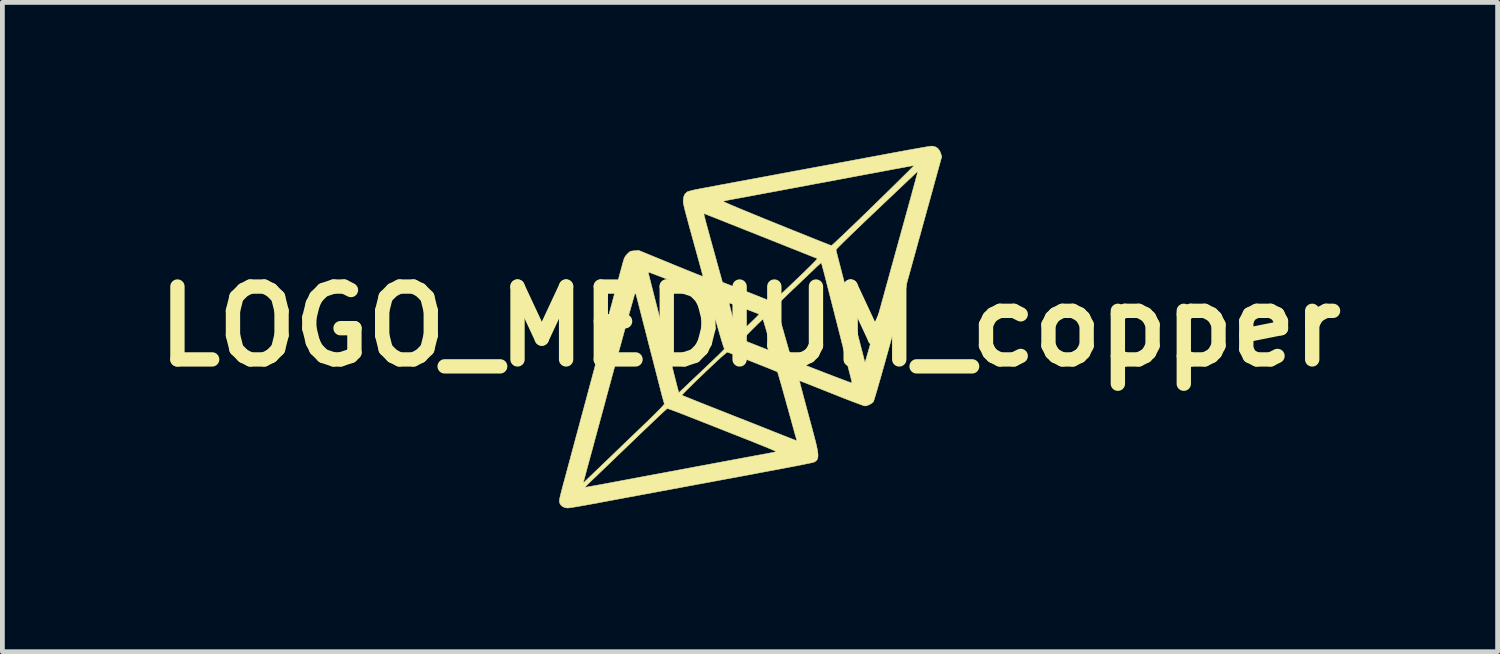
<source format=kicad_pcb>
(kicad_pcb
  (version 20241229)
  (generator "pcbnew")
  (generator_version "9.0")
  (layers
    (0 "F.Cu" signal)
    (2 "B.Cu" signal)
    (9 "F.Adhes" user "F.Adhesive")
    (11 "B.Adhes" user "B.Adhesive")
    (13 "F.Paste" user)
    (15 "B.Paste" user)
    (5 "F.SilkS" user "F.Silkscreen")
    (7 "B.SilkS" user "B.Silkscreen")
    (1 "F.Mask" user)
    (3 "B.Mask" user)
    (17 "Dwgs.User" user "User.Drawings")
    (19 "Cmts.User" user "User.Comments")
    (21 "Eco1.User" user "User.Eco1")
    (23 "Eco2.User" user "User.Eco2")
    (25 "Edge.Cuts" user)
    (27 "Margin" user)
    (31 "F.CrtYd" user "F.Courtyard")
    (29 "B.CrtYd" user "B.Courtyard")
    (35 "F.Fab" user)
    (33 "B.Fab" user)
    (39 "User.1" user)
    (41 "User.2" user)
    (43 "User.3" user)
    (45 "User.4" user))
  (footprint "LOGO_MEDIUM_copper"
    (layer "F.Cu")
    (at 12.635 3.777)
    (property "Reference" "LOGO_MEDIUM_copper" (at 0 0 0) (layer "F.SilkS") (effects (font (size 1.524 1.524) (thickness 0.3))))
    (attr through_hole)
    (fp_poly (pts (xy 3.868 -3.76) (xy 3.924 -3.727) (xy 3.967 -3.673) (xy 3.991 -3.613) (xy 4.009 -3.55) (xy 3.86 -3.01) (xy 3.831 -2.904) (xy 3.796 -2.776) (xy 3.756 -2.632) (xy 3.712 -2.474) (xy 3.666 -2.307) (xy 3.618 -2.134) (xy 3.57 -1.958) (xy 3.521 -1.784) (xy 3.475 -1.614) (xy 3.457 -1.549) (xy 3.411 -1.384) (xy 3.36 -1.198) (xy 3.304 -0.997) (xy 3.245 -0.784) (xy 3.185 -0.564) (xy 3.123 -0.342) (xy 3.062 -0.122) (xy 3.003 0.092) (xy 2.947 0.295) (xy 2.903 0.457) (xy 2.858 0.619) (xy 2.815 0.774) (xy 2.773 0.921) (xy 2.735 1.057) (xy 2.699 1.181) (xy 2.667 1.292) (xy 2.639 1.387) (xy 2.616 1.465) (xy 2.598 1.523) (xy 2.586 1.56) (xy 2.58 1.574) (xy 2.547 1.605) (xy 2.499 1.634) (xy 2.448 1.655) (xy 2.406 1.663) (xy 2.388 1.659) (xy 2.348 1.646) (xy 2.289 1.624) (xy 2.213 1.596) (xy 2.123 1.562) (xy 2.02 1.523) (xy 1.908 1.479) (xy 1.788 1.431) (xy 1.702 1.397) (xy 1.579 1.348) (xy 1.464 1.302) (xy 1.357 1.26) (xy 1.263 1.222) (xy 1.181 1.19) (xy 1.116 1.165) (xy 1.068 1.147) (xy 1.04 1.136) (xy 1.033 1.134) (xy 1.036 1.147) (xy 1.044 1.181) (xy 1.057 1.234) (xy 1.075 1.303) (xy 1.097 1.384) (xy 1.121 1.476) (xy 1.138 1.537) (xy 1.169 1.655) (xy 1.204 1.784) (xy 1.24 1.917) (xy 1.275 2.047) (xy 1.307 2.167) (xy 1.334 2.268) (xy 1.367 2.394) (xy 1.392 2.499) (xy 1.41 2.585) (xy 1.42 2.653) (xy 1.422 2.707) (xy 1.417 2.749) (xy 1.405 2.782) (xy 1.385 2.807) (xy 1.358 2.827) (xy 1.346 2.834) (xy 1.34 2.836) (xy 1.331 2.839) (xy 1.316 2.843) (xy 1.297 2.848) (xy 1.271 2.854) (xy 1.238 2.861) (xy 1.198 2.869) (xy 1.15 2.879) (xy 1.093 2.891) (xy 1.025 2.904) (xy 0.948 2.919) (xy 0.859 2.936) (xy 0.758 2.955) (xy 0.645 2.977) (xy 0.518 3.001) (xy 0.377 3.027) (xy 0.221 3.056) (xy 0.05 3.089) (xy -0.138 3.124) (xy -0.342 3.162) (xy -0.565 3.203) (xy -0.806 3.248) (xy -1.066 3.296) (xy -1.346 3.348) (xy -1.647 3.404) (xy -1.969 3.464) (xy -2.314 3.528) (xy -2.681 3.596) (xy -3.072 3.669) (xy -3.429 3.735) (xy -3.521 3.751) (xy -3.607 3.766) (xy -3.684 3.779) (xy -3.747 3.789) (xy -3.793 3.795) (xy -3.816 3.797) (xy -3.863 3.79) (xy -3.91 3.772) (xy -3.914 3.77) (xy -3.96 3.731) (xy -3.984 3.683) (xy -3.988 3.646) (xy -3.985 3.623) (xy -3.976 3.579) (xy -3.962 3.521) (xy -3.945 3.451) (xy -3.925 3.377) (xy -3.922 3.365) (xy -3.449 3.365) (xy -3.434 3.363) (xy -3.397 3.356) (xy -3.34 3.346) (xy -3.265 3.332) (xy -3.175 3.316) (xy -3.071 3.297) (xy -2.957 3.276) (xy -2.834 3.253) (xy -2.788 3.244) (xy -2.583 3.206) (xy -2.372 3.166) (xy -2.158 3.126) (xy -1.942 3.086) (xy -1.726 3.046) (xy -1.511 3.006) (xy -1.3 2.966) (xy -1.093 2.927) (xy -0.892 2.89) (xy -0.7 2.854) (xy -0.517 2.82) (xy -0.345 2.788) (xy -0.185 2.758) (xy -0.041 2.731) (xy 0.088 2.707) (xy 0.199 2.687) (xy 0.291 2.67) (xy 0.362 2.657) (xy 0.41 2.648) (xy 0.425 2.645) (xy 0.477 2.635) (xy 0.519 2.626) (xy 0.544 2.619) (xy 0.549 2.616) (xy 0.54 2.611) (xy 0.508 2.596) (xy 0.457 2.574) (xy 0.387 2.545) (xy 0.302 2.51) (xy 0.202 2.47) (xy 0.091 2.425) (xy -0.031 2.376) (xy -0.161 2.325) (xy -0.225 2.299) (xy -0.372 2.242) (xy -0.521 2.183) (xy -0.67 2.124) (xy -0.814 2.067) (xy -0.952 2.013) (xy -1.078 1.963) (xy -1.192 1.919) (xy -1.287 1.881) (xy -1.362 1.851) (xy -1.451 1.817) (xy -1.534 1.785) (xy -1.606 1.758) (xy -1.664 1.737) (xy -1.707 1.723) (xy -1.73 1.717) (xy -1.732 1.717) (xy -1.744 1.726) (xy -1.773 1.752) (xy -1.817 1.792) (xy -1.875 1.846) (xy -1.946 1.913) (xy -2.028 1.991) (xy -2.12 2.079) (xy -2.221 2.175) (xy -2.329 2.278) (xy -2.442 2.387) (xy -2.503 2.445) (xy -2.621 2.559) (xy -2.737 2.67) (xy -2.847 2.776) (xy -2.951 2.876) (xy -3.047 2.968) (xy -3.134 3.051) (xy -3.209 3.124) (xy -3.271 3.183) (xy -3.319 3.229) (xy -3.351 3.259) (xy -3.358 3.266) (xy -3.398 3.305) (xy -3.428 3.337) (xy -3.446 3.358) (xy -3.449 3.365) (xy -3.922 3.365) (xy -3.912 3.326) (xy -3.899 3.277) (xy -3.49 3.277) (xy -3.348 3.14) (xy -3.315 3.109) (xy -3.267 3.062) (xy -3.203 3.001) (xy -3.126 2.928) (xy -3.039 2.844) (xy -2.941 2.75) (xy -2.837 2.65) (xy -2.726 2.543) (xy -2.612 2.433) (xy -2.495 2.321) (xy -2.493 2.319) (xy -2.357 2.189) (xy -2.239 2.075) (xy -2.137 1.977) (xy -2.051 1.893) (xy -1.979 1.822) (xy -1.921 1.763) (xy -1.874 1.716) (xy -1.839 1.679) (xy -1.815 1.652) (xy -1.799 1.632) (xy -1.792 1.62) (xy -1.791 1.614) (xy -1.798 1.597) (xy -1.809 1.558) (xy -1.825 1.502) (xy -1.842 1.437) (xy -1.425 1.437) (xy -1.412 1.443) (xy -1.377 1.458) (xy -1.323 1.48) (xy -1.25 1.509) (xy -1.162 1.545) (xy -1.059 1.586) (xy -0.944 1.632) (xy -0.818 1.682) (xy -0.685 1.734) (xy -0.572 1.779) (xy -0.421 1.839) (xy -0.269 1.899) (xy -0.117 1.958) (xy 0.029 2.016) (xy 0.169 2.071) (xy 0.298 2.123) (xy 0.413 2.168) (xy 0.512 2.208) (xy 0.592 2.239) (xy 0.616 2.249) (xy 0.704 2.284) (xy 0.784 2.315) (xy 0.854 2.343) (xy 0.909 2.364) (xy 0.949 2.379) (xy 0.968 2.386) (xy 0.969 2.387) (xy 0.975 2.378) (xy 0.973 2.365) (xy 0.968 2.349) (xy 0.958 2.311) (xy 0.941 2.253) (xy 0.92 2.177) (xy 0.895 2.086) (xy 0.866 1.981) (xy 0.834 1.866) (xy 0.8 1.742) (xy 0.774 1.651) (xy 0.739 1.523) (xy 0.705 1.402) (xy 0.674 1.291) (xy 0.646 1.192) (xy 0.621 1.107) (xy 0.601 1.038) (xy 0.586 0.987) (xy 0.577 0.958) (xy 0.574 0.95) (xy 0.561 0.944) (xy 0.527 0.93) (xy 0.476 0.909) (xy 0.41 0.882) (xy 0.331 0.851) (xy 0.244 0.816) (xy 0.151 0.779) (xy 0.055 0.741) (xy -0.042 0.703) (xy -0.135 0.667) (xy -0.223 0.632) (xy -0.302 0.601) (xy -0.37 0.575) (xy -0.423 0.555) (xy -0.458 0.542) (xy -0.472 0.537) (xy -0.485 0.542) (xy -0.511 0.562) (xy -0.552 0.597) (xy -0.609 0.647) (xy -0.681 0.712) (xy -0.769 0.795) (xy -0.874 0.894) (xy -0.964 0.98) (xy -1.055 1.067) (xy -1.14 1.148) (xy -1.216 1.223) (xy -1.284 1.29) (xy -1.34 1.346) (xy -1.383 1.39) (xy -1.412 1.421) (xy -1.425 1.436) (xy -1.425 1.437) (xy -1.842 1.437) (xy -1.844 1.432) (xy -1.865 1.351) (xy -1.886 1.27) (xy -1.906 1.191) (xy -1.932 1.091) (xy -1.961 0.975) (xy -1.994 0.847) (xy -2.029 0.71) (xy -2.066 0.569) (xy -2.102 0.429) (xy -2.134 0.305) (xy -2.167 0.174) (xy -2.2 0.045) (xy -2.232 -0.079) (xy -2.262 -0.196) (xy -2.289 -0.301) (xy -2.312 -0.391) (xy -2.331 -0.464) (xy -2.344 -0.516) (xy -2.345 -0.521) (xy -2.362 -0.586) (xy -2.377 -0.642) (xy -2.389 -0.685) (xy -2.397 -0.71) (xy -2.399 -0.714) (xy -2.404 -0.703) (xy -2.414 -0.669) (xy -2.43 -0.613) (xy -2.452 -0.536) (xy -2.479 -0.44) (xy -2.511 -0.326) (xy -2.547 -0.196) (xy -2.587 -0.05) (xy -2.631 0.11) (xy -2.678 0.283) (xy -2.729 0.467) (xy -2.782 0.661) (xy -2.837 0.864) (xy -2.894 1.075) (xy -2.92 1.172) (xy -2.979 1.387) (xy -3.035 1.597) (xy -3.09 1.8) (xy -3.143 1.995) (xy -3.193 2.18) (xy -3.24 2.353) (xy -3.283 2.514) (xy -3.323 2.661) (xy -3.359 2.792) (xy -3.39 2.906) (xy -3.416 3.002) (xy -3.436 3.079) (xy -3.451 3.134) (xy -3.46 3.166) (xy -3.462 3.172) (xy -3.49 3.277) (xy -3.899 3.277) (xy -3.892 3.253) (xy -3.867 3.16) (xy -3.838 3.051) (xy -3.805 2.928) (xy -3.768 2.792) (xy -3.73 2.648) (xy -3.689 2.498) (xy -3.648 2.343) (xy -3.613 2.216) (xy -3.572 2.064) (xy -3.526 1.89) (xy -3.474 1.699) (xy -3.419 1.495) (xy -3.362 1.28) (xy -3.302 1.059) (xy -3.242 0.835) (xy -3.182 0.612) (xy -3.124 0.394) (xy -3.067 0.183) (xy -3.021 0.013) (xy -2.974 -0.164) (xy -2.928 -0.336) (xy -2.883 -0.5) (xy -2.842 -0.656) (xy -2.803 -0.8) (xy -2.767 -0.932) (xy -2.736 -1.05) (xy -2.712 -1.139) (xy -2.129 -1.139) (xy -2.127 -1.126) (xy -2.12 -1.092) (xy -2.107 -1.041) (xy -2.091 -0.977) (xy -2.072 -0.902) (xy -2.064 -0.869) (xy -2.033 -0.751) (xy -1.998 -0.611) (xy -1.958 -0.456) (xy -1.915 -0.287) (xy -1.87 -0.111) (xy -1.824 0.07) (xy -1.778 0.251) (xy -1.733 0.428) (xy -1.69 0.597) (xy -1.651 0.754) (xy -1.615 0.895) (xy -1.597 0.968) (xy -1.572 1.067) (xy -1.549 1.157) (xy -1.529 1.236) (xy -1.512 1.301) (xy -1.499 1.349) (xy -1.491 1.378) (xy -1.488 1.384) (xy -1.478 1.376) (xy -1.452 1.352) (xy -1.411 1.313) (xy -1.357 1.263) (xy -1.293 1.201) (xy -1.219 1.131) (xy -1.138 1.054) (xy -1.069 0.989) (xy -0.956 0.881) (xy -0.859 0.789) (xy -0.778 0.712) (xy -0.712 0.648) (xy -0.658 0.597) (xy -0.617 0.556) (xy -0.585 0.525) (xy -0.563 0.501) (xy -0.548 0.485) (xy -0.539 0.474) (xy -0.536 0.467) (xy -0.536 0.462) (xy -0.538 0.459) (xy -0.542 0.456) (xy -0.542 0.455) (xy -0.549 0.439) (xy -0.561 0.402) (xy -0.579 0.346) (xy -0.599 0.279) (xy -0.157 0.279) (xy -0.145 0.285) (xy -0.112 0.298) (xy -0.063 0.318) (xy -0.002 0.342) (xy 0.067 0.369) (xy 0.14 0.398) (xy 0.215 0.427) (xy 0.285 0.454) (xy 0.349 0.479) (xy 0.402 0.499) (xy 0.44 0.513) (xy 0.459 0.519) (xy 0.46 0.519) (xy 0.462 0.509) (xy 0.456 0.482) (xy 0.45 0.46) (xy 0.442 0.43) (xy 0.427 0.38) (xy 0.408 0.315) (xy 0.386 0.239) (xy 0.362 0.157) (xy 0.354 0.127) (xy 0.331 0.048) (xy 0.31 -0.023) (xy 0.293 -0.081) (xy 0.279 -0.124) (xy 0.272 -0.148) (xy 0.27 -0.152) (xy 0.26 -0.145) (xy 0.235 -0.122) (xy 0.197 -0.086) (xy 0.149 -0.04) (xy 0.093 0.016) (xy 0.051 0.057) (xy -0.009 0.117) (xy -0.062 0.172) (xy -0.105 0.217) (xy -0.137 0.252) (xy -0.155 0.273) (xy -0.157 0.279) (xy -0.599 0.279) (xy -0.601 0.272) (xy -0.627 0.185) (xy -0.656 0.085) (xy -0.687 -0.023) (xy -0.712 -0.109) (xy -0.821 -0.493) (xy -0.438 -0.493) (xy -0.436 -0.48) (xy -0.428 -0.447) (xy -0.416 -0.397) (xy -0.4 -0.334) (xy -0.382 -0.263) (xy -0.362 -0.186) (xy -0.342 -0.109) (xy -0.323 -0.034) (xy -0.305 0.033) (xy -0.29 0.09) (xy -0.284 0.111) (xy -0.265 0.178) (xy -0.236 0.155) (xy -0.218 0.14) (xy -0.185 0.11) (xy -0.141 0.068) (xy -0.087 0.017) (xy -0.027 -0.039) (xy -0.005 -0.06) (xy 0.053 -0.116) (xy 0.104 -0.166) (xy 0.146 -0.208) (xy 0.175 -0.238) (xy 0.189 -0.255) (xy 0.19 -0.257) (xy 0.176 -0.264) (xy 0.143 -0.277) (xy 0.093 -0.296) (xy 0.032 -0.32) (xy -0.037 -0.346) (xy -0.111 -0.374) (xy -0.186 -0.402) (xy -0.22 -0.414) (xy 0.546 -0.414) (xy 0.547 -0.408) (xy 0.553 -0.392) (xy 0.565 -0.354) (xy 0.583 -0.297) (xy 0.605 -0.222) (xy 0.631 -0.134) (xy 0.66 -0.034) (xy 0.692 0.074) (xy 0.715 0.157) (xy 0.871 0.701) (xy 1.487 0.94) (xy 1.605 0.986) (xy 1.717 1.029) (xy 1.82 1.068) (xy 1.912 1.103) (xy 1.989 1.132) (xy 2.051 1.155) (xy 2.094 1.171) (xy 2.117 1.179) (xy 2.119 1.18) (xy 2.131 1.173) (xy 2.129 1.153) (xy 2.124 1.135) (xy 2.114 1.095) (xy 2.099 1.035) (xy 2.079 0.959) (xy 2.056 0.869) (xy 2.03 0.768) (xy 2.002 0.657) (xy 1.98 0.572) (xy 1.948 0.445) (xy 1.915 0.315) (xy 1.883 0.187) (xy 1.851 0.064) (xy 1.823 -0.048) (xy 1.798 -0.146) (xy 1.777 -0.225) (xy 1.772 -0.248) (xy 1.751 -0.33) (xy 1.725 -0.431) (xy 1.696 -0.545) (xy 1.665 -0.666) (xy 1.634 -0.787) (xy 1.605 -0.902) (xy 1.6 -0.921) (xy 1.575 -1.018) (xy 1.552 -1.108) (xy 1.531 -1.186) (xy 1.514 -1.251) (xy 1.501 -1.298) (xy 1.493 -1.326) (xy 1.491 -1.332) (xy 1.481 -1.326) (xy 1.456 -1.305) (xy 1.42 -1.273) (xy 1.377 -1.233) (xy 1.375 -1.231) (xy 1.34 -1.197) (xy 1.29 -1.149) (xy 1.227 -1.089) (xy 1.154 -1.02) (xy 1.074 -0.943) (xy 0.99 -0.863) (xy 0.904 -0.782) (xy 0.899 -0.777) (xy 0.805 -0.687) (xy 0.729 -0.613) (xy 0.668 -0.554) (xy 0.621 -0.507) (xy 0.587 -0.471) (xy 0.564 -0.445) (xy 0.551 -0.426) (xy 0.546 -0.414) (xy -0.22 -0.414) (xy -0.257 -0.428) (xy -0.322 -0.452) (xy -0.376 -0.471) (xy -0.415 -0.485) (xy -0.436 -0.492) (xy -0.438 -0.493) (xy -0.821 -0.493) (xy -0.867 -0.655) (xy -1.497 -0.899) (xy -1.617 -0.945) (xy -1.729 -0.988) (xy -1.832 -1.027) (xy -1.923 -1.062) (xy -2 -1.091) (xy -2.061 -1.114) (xy -2.104 -1.13) (xy -2.127 -1.138) (xy -2.129 -1.139) (xy -2.712 -1.139) (xy -2.708 -1.151) (xy -2.686 -1.235) (xy -2.668 -1.299) (xy -2.657 -1.342) (xy -2.652 -1.358) (xy -2.634 -1.415) (xy -2.614 -1.458) (xy -2.585 -1.496) (xy -2.567 -1.515) (xy -2.534 -1.547) (xy -2.509 -1.566) (xy -2.48 -1.576) (xy -2.44 -1.581) (xy -2.419 -1.583) (xy -2.33 -1.591) (xy -1.659 -1.316) (xy -1.536 -1.265) (xy -1.42 -1.218) (xy -1.313 -1.174) (xy -1.217 -1.136) (xy -1.136 -1.103) (xy -1.069 -1.077) (xy -1.021 -1.057) (xy -0.992 -1.046) (xy -0.984 -1.044) (xy -0.987 -1.057) (xy -0.995 -1.091) (xy -1.009 -1.143) (xy -1.027 -1.211) (xy -1.049 -1.291) (xy -1.073 -1.38) (xy -1.082 -1.41) (xy -1.135 -1.603) (xy -1.182 -1.773) (xy -1.223 -1.922) (xy -1.259 -2.051) (xy -1.289 -2.162) (xy -1.314 -2.257) (xy -1.336 -2.336) (xy -1.339 -2.349) (xy -0.963 -2.349) (xy -0.961 -2.337) (xy -0.957 -2.316) (xy -0.95 -2.287) (xy -0.94 -2.248) (xy -0.927 -2.197) (xy -0.91 -2.132) (xy -0.888 -2.053) (xy -0.862 -1.957) (xy -0.831 -1.843) (xy -0.794 -1.709) (xy -0.751 -1.555) (xy -0.702 -1.378) (xy -0.689 -1.329) (xy -0.577 -0.925) (xy -0.076 -0.73) (xy 0.031 -0.688) (xy 0.132 -0.648) (xy 0.222 -0.612) (xy 0.301 -0.581) (xy 0.365 -0.555) (xy 0.412 -0.536) (xy 0.439 -0.524) (xy 0.445 -0.522) (xy 0.465 -0.512) (xy 0.472 -0.512) (xy 0.483 -0.521) (xy 0.51 -0.546) (xy 0.552 -0.585) (xy 0.607 -0.637) (xy 0.673 -0.699) (xy 0.749 -0.771) (xy 0.833 -0.851) (xy 0.923 -0.936) (xy 0.953 -0.965) (xy 1.055 -1.062) (xy 1.146 -1.15) (xy 1.225 -1.228) (xy 1.292 -1.294) (xy 1.345 -1.348) (xy 1.383 -1.388) (xy 1.404 -1.412) (xy 1.408 -1.421) (xy 1.394 -1.426) (xy 1.358 -1.44) (xy 1.302 -1.462) (xy 1.227 -1.492) (xy 1.134 -1.529) (xy 1.027 -1.572) (xy 0.949 -1.603) (xy 1.799 -1.603) (xy 1.802 -1.584) (xy 1.811 -1.545) (xy 1.825 -1.49) (xy 1.842 -1.423) (xy 1.862 -1.347) (xy 1.865 -1.333) (xy 1.885 -1.26) (xy 1.903 -1.189) (xy 1.922 -1.116) (xy 1.942 -1.04) (xy 1.963 -0.958) (xy 1.987 -0.867) (xy 2.013 -0.764) (xy 2.043 -0.647) (xy 2.077 -0.514) (xy 2.117 -0.361) (xy 2.159 -0.197) (xy 2.188 -0.082) (xy 2.218 0.035) (xy 2.247 0.149) (xy 2.275 0.255) (xy 2.299 0.349) (xy 2.319 0.427) (xy 2.33 0.47) (xy 2.349 0.542) (xy 2.366 0.608) (xy 2.38 0.663) (xy 2.389 0.701) (xy 2.393 0.716) (xy 2.4 0.74) (xy 2.406 0.748) (xy 2.406 0.748) (xy 2.411 0.734) (xy 2.421 0.701) (xy 2.436 0.65) (xy 2.454 0.587) (xy 2.475 0.515) (xy 2.475 0.514) (xy 2.489 0.464) (xy 2.509 0.392) (xy 2.534 0.3) (xy 2.564 0.192) (xy 2.598 0.07) (xy 2.635 -0.065) (xy 2.674 -0.208) (xy 2.716 -0.358) (xy 2.758 -0.512) (xy 2.794 -0.641) (xy 2.837 -0.799) (xy 2.881 -0.956) (xy 2.923 -1.111) (xy 2.964 -1.259) (xy 3.003 -1.399) (xy 3.038 -1.527) (xy 3.07 -1.642) (xy 3.097 -1.739) (xy 3.118 -1.817) (xy 3.131 -1.861) (xy 3.171 -2.007) (xy 3.212 -2.154) (xy 3.252 -2.3) (xy 3.292 -2.443) (xy 3.329 -2.579) (xy 3.365 -2.708) (xy 3.397 -2.827) (xy 3.426 -2.934) (xy 3.452 -3.026) (xy 3.472 -3.102) (xy 3.488 -3.159) (xy 3.497 -3.195) (xy 3.5 -3.207) (xy 3.509 -3.245) (xy 3.472 -3.211) (xy 3.457 -3.198) (xy 3.426 -3.168) (xy 3.379 -3.123) (xy 3.317 -3.065) (xy 3.243 -2.995) (xy 3.157 -2.913) (xy 3.061 -2.822) (xy 2.956 -2.723) (xy 2.844 -2.617) (xy 2.726 -2.505) (xy 2.616 -2.401) (xy 2.475 -2.267) (xy 2.345 -2.143) (xy 2.227 -2.029) (xy 2.121 -1.928) (xy 2.029 -1.838) (xy 1.951 -1.762) (xy 1.888 -1.699) (xy 1.841 -1.652) (xy 1.811 -1.62) (xy 1.799 -1.604) (xy 1.799 -1.603) (xy 0.949 -1.603) (xy 0.905 -1.62) (xy 0.772 -1.673) (xy 0.627 -1.731) (xy 0.474 -1.792) (xy 0.313 -1.856) (xy 0.229 -1.889) (xy 0.065 -1.955) (xy -0.093 -2.017) (xy -0.242 -2.077) (xy -0.382 -2.132) (xy -0.51 -2.183) (xy -0.625 -2.229) (xy -0.726 -2.269) (xy -0.81 -2.302) (xy -0.877 -2.328) (xy -0.924 -2.347) (xy -0.949 -2.357) (xy -0.954 -2.358) (xy -0.958 -2.36) (xy -0.961 -2.359) (xy -0.962 -2.357) (xy -0.963 -2.349) (xy -1.339 -2.349) (xy -1.353 -2.402) (xy -1.367 -2.456) (xy -1.377 -2.5) (xy -1.385 -2.535) (xy -1.39 -2.563) (xy -1.394 -2.585) (xy -1.396 -2.603) (xy -1.397 -2.619) (xy -0.562 -2.619) (xy -0.555 -2.613) (xy -0.527 -2.598) (xy -0.476 -2.575) (xy -0.403 -2.543) (xy -0.308 -2.503) (xy -0.19 -2.453) (xy -0.049 -2.395) (xy 0.115 -2.328) (xy 0.302 -2.251) (xy 0.513 -2.166) (xy 0.549 -2.151) (xy 0.711 -2.086) (xy 0.866 -2.023) (xy 1.013 -1.964) (xy 1.15 -1.909) (xy 1.276 -1.858) (xy 1.389 -1.813) (xy 1.487 -1.774) (xy 1.569 -1.742) (xy 1.632 -1.717) (xy 1.676 -1.7) (xy 1.699 -1.691) (xy 1.702 -1.691) (xy 1.714 -1.699) (xy 1.742 -1.724) (xy 1.786 -1.764) (xy 1.845 -1.819) (xy 1.916 -1.886) (xy 1.999 -1.965) (xy 2.093 -2.055) (xy 2.195 -2.153) (xy 2.306 -2.26) (xy 2.423 -2.373) (xy 2.545 -2.492) (xy 2.581 -2.527) (xy 2.704 -2.647) (xy 2.822 -2.762) (xy 2.933 -2.871) (xy 3.036 -2.972) (xy 3.129 -3.064) (xy 3.213 -3.147) (xy 3.284 -3.217) (xy 3.343 -3.276) (xy 3.387 -3.321) (xy 3.416 -3.351) (xy 3.429 -3.365) (xy 3.429 -3.365) (xy 3.414 -3.363) (xy 3.377 -3.357) (xy 3.321 -3.347) (xy 3.247 -3.333) (xy 3.16 -3.317) (xy 3.061 -3.299) (xy 2.953 -3.279) (xy 2.912 -3.271) (xy 2.784 -3.247) (xy 2.637 -3.219) (xy 2.478 -3.19) (xy 2.312 -3.159) (xy 2.147 -3.128) (xy 1.988 -3.098) (xy 1.842 -3.071) (xy 1.822 -3.067) (xy 1.685 -3.041) (xy 1.529 -3.012) (xy 1.359 -2.981) (xy 1.182 -2.947) (xy 1.004 -2.914) (xy 0.83 -2.882) (xy 0.666 -2.851) (xy 0.565 -2.832) (xy 0.429 -2.807) (xy 0.294 -2.782) (xy 0.163 -2.757) (xy 0.039 -2.734) (xy -0.073 -2.713) (xy -0.172 -2.695) (xy -0.253 -2.68) (xy -0.314 -2.669) (xy -0.324 -2.667) (xy -0.396 -2.654) (xy -0.461 -2.641) (xy -0.513 -2.63) (xy -0.549 -2.623) (xy -0.562 -2.619) (xy -1.397 -2.619) (xy -1.397 -2.619) (xy -1.397 -2.633) (xy -1.388 -2.709) (xy -1.362 -2.768) (xy -1.317 -2.812) (xy -1.315 -2.814) (xy -1.292 -2.823) (xy -1.249 -2.835) (xy -1.191 -2.85) (xy -1.121 -2.865) (xy -1.057 -2.877) (xy -1 -2.888) (xy -0.936 -2.9) (xy -0.865 -2.913) (xy -0.784 -2.928) (xy -0.692 -2.946) (xy -0.589 -2.965) (xy -0.473 -2.986) (xy -0.343 -3.011) (xy -0.197 -3.038) (xy -0.035 -3.068) (xy 0.145 -3.101) (xy 0.344 -3.138) (xy 0.563 -3.179) (xy 0.804 -3.224) (xy 1.068 -3.273) (xy 1.295 -3.315) (xy 1.486 -3.35) (xy 1.681 -3.386) (xy 1.877 -3.423) (xy 2.072 -3.459) (xy 2.263 -3.495) (xy 2.447 -3.529) (xy 2.62 -3.561) (xy 2.78 -3.591) (xy 2.923 -3.618) (xy 3.048 -3.641) (xy 3.143 -3.658) (xy 3.265 -3.681) (xy 3.382 -3.702) (xy 3.489 -3.721) (xy 3.585 -3.738) (xy 3.667 -3.752) (xy 3.731 -3.763) (xy 3.777 -3.769) (xy 3.8 -3.772) (xy 3.8 -3.772) (xy 3.868 -3.76)) (stroke (width 0.01) (type solid)) (fill yes) (layer "F.SilkS")))
  (gr_rect
    (start -3 -3)
    (end 28.269 10.579)
    (stroke (width 0.1) (type default))
    (fill no)
    (layer "Edge.Cuts")))
</source>
